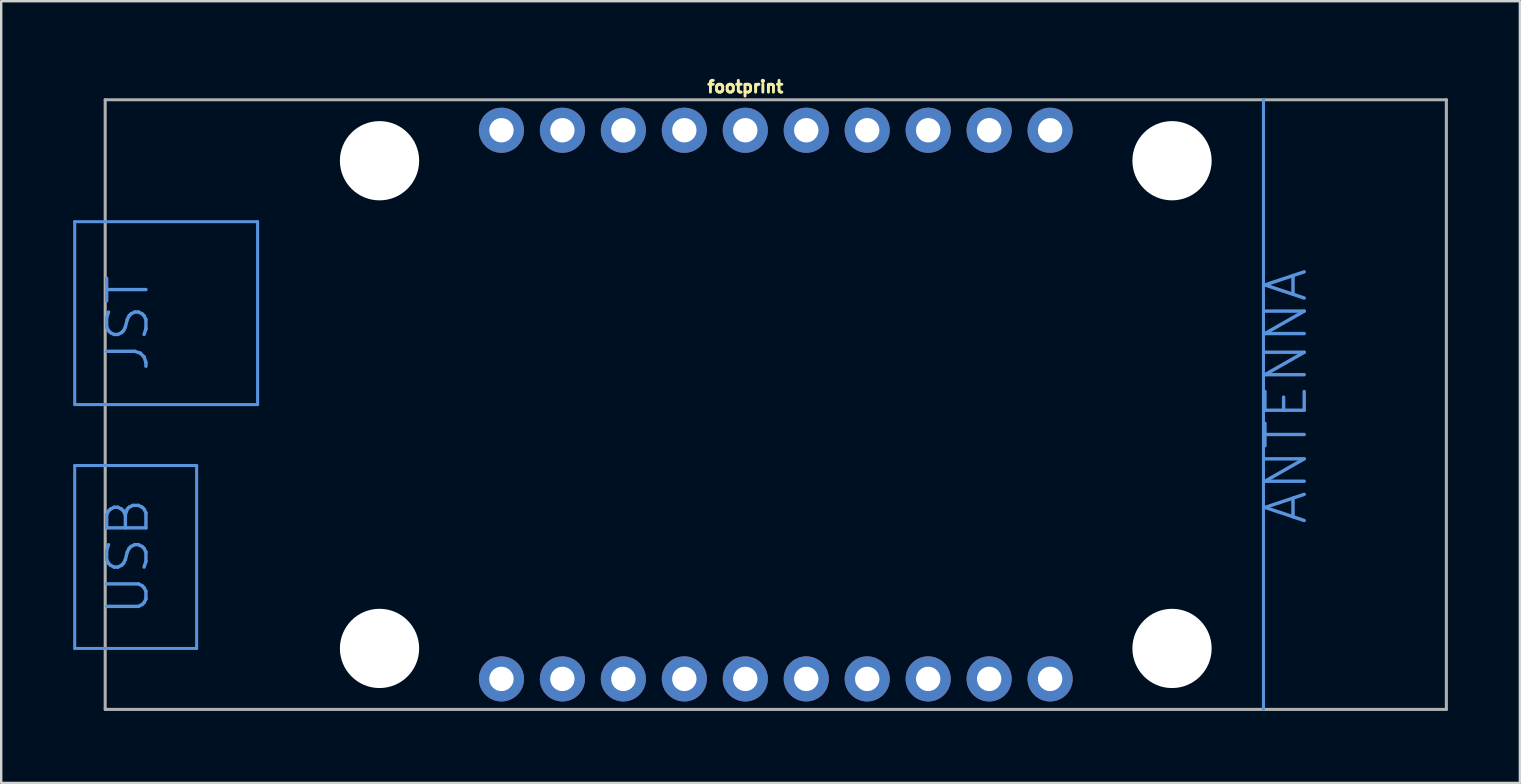
<source format=kicad_pcb>
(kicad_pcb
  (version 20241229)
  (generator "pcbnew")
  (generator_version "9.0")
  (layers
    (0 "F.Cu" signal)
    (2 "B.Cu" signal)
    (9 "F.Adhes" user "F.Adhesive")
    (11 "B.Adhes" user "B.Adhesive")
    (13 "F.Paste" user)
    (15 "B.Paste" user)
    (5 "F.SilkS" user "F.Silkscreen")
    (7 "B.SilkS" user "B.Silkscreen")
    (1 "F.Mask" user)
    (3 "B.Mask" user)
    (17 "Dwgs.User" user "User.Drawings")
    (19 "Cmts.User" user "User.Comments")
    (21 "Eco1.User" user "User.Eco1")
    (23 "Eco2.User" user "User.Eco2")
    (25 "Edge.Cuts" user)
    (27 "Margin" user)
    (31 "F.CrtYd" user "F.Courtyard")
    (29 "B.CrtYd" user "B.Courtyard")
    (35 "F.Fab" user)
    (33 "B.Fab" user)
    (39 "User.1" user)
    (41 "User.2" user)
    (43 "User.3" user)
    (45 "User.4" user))
  (footprint "footprint"
    (layer "F.Cu")
    (at 28.003 13.807)
    (property "Reference" "footprint" (at 0 -12.954 0) (layer "F.SilkS") (effects (font (size 0.488 0.488) (thickness 0.122)) (justify bottom)))
    (fp_line (start -27.94 -7.62) (end -27.94 0) (stroke (width 0.127) (type solid)) (layer "Cmts.User"))
    (fp_line (start -27.94 0) (end -26.67 0) (stroke (width 0.127) (type solid)) (layer "Cmts.User"))
    (fp_line (start -27.94 2.54) (end -27.94 10.16) (stroke (width 0.127) (type solid)) (layer "Cmts.User"))
    (fp_line (start -27.94 10.16) (end -22.86 10.16) (stroke (width 0.127) (type solid)) (layer "Cmts.User"))
    (fp_line (start -26.67 0) (end -20.32 0) (stroke (width 0.127) (type solid)) (layer "Cmts.User"))
    (fp_line (start -22.86 2.54) (end -27.94 2.54) (stroke (width 0.127) (type solid)) (layer "Cmts.User"))
    (fp_line (start -22.86 10.16) (end -22.86 2.54) (stroke (width 0.127) (type solid)) (layer "Cmts.User"))
    (fp_line (start -20.32 -7.62) (end -27.94 -7.62) (stroke (width 0.127) (type solid)) (layer "Cmts.User"))
    (fp_line (start -20.32 0) (end -20.32 -7.62) (stroke (width 0.127) (type solid)) (layer "Cmts.User"))
    (fp_line (start 21.59 -12.7) (end 21.59 12.7) (stroke (width 0.127) (type solid)) (layer "Cmts.User"))
    (fp_line (start -26.67 -12.7) (end 29.21 -12.7) (stroke (width 0.127) (type solid)) (layer "F.Fab"))
    (fp_line (start -26.67 0) (end -26.67 -12.7) (stroke (width 0.127) (type solid)) (layer "F.Fab"))
    (fp_line (start -26.67 12.7) (end -26.67 0) (stroke (width 0.127) (type solid)) (layer "F.Fab"))
    (fp_line (start 29.21 -12.7) (end 29.21 12.7) (stroke (width 0.127) (type solid)) (layer "F.Fab"))
    (fp_line (start 29.21 12.7) (end -26.67 12.7) (stroke (width 0.127) (type solid)) (layer "F.Fab"))
    (fp_text user "ANTENNA" (at 23.495 5.08 90) (layer "Cmts.User") (effects (font (size 1.636 1.636) (thickness 0.142)) (justify left bottom)))
    (fp_text user "JST" (at -24.765 -1.27 90) (layer "Cmts.User") (effects (font (size 1.636 1.636) (thickness 0.142)) (justify left bottom)))
    (fp_text user "USB" (at -24.765 8.89 90) (layer "Cmts.User") (effects (font (size 1.636 1.636) (thickness 0.142)) (justify left bottom)))
    (pad "" np_thru_hole circle (at -15.24 -10.16) (size 3.302 3.302) (drill 3.302) (layers "*.Cu" "*.Mask"))
    (pad "" np_thru_hole circle (at -15.24 10.16) (size 3.302 3.302) (drill 3.302) (layers "*.Cu" "*.Mask"))
    (pad "" np_thru_hole circle (at 17.78 -10.16) (size 3.302 3.302) (drill 3.302) (layers "*.Cu" "*.Mask"))
    (pad "" np_thru_hole circle (at 17.78 10.16) (size 3.302 3.302) (drill 3.302) (layers "*.Cu" "*.Mask"))
    (pad "0" thru_hole circle (at -2.54 -11.43) (size 1.88 1.88) (drill 1.016) (layers "*.Cu" "*.Mask"))
    (pad "2" thru_hole circle (at -5.08 11.43) (size 1.88 1.88) (drill 1.016) (layers "*.Cu" "*.Mask"))
    (pad "3.3V" thru_hole circle (at -7.62 11.43) (size 1.88 1.88) (drill 1.016) (layers "*.Cu" "*.Mask"))
    (pad "4" thru_hole circle (at 0 -11.43) (size 1.88 1.88) (drill 1.016) (layers "*.Cu" "*.Mask"))
    (pad "5" thru_hole circle (at -5.08 -11.43) (size 1.88 1.88) (drill 1.016) (layers "*.Cu" "*.Mask"))
    (pad "5V" thru_hole circle (at 7.62 11.43) (size 1.88 1.88) (drill 1.016) (layers "*.Cu" "*.Mask"))
    (pad "12" thru_hole circle (at 5.08 -11.43) (size 1.88 1.88) (drill 1.016) (layers "*.Cu" "*.Mask"))
    (pad "13" thru_hole circle (at 2.54 -11.43) (size 1.88 1.88) (drill 1.016) (layers "*.Cu" "*.Mask"))
    (pad "14" thru_hole circle (at -2.54 11.43) (size 1.88 1.88) (drill 1.016) (layers "*.Cu" "*.Mask"))
    (pad "15" thru_hole circle (at 12.7 -11.43) (size 1.88 1.88) (drill 1.016) (layers "*.Cu" "*.Mask"))
    (pad "16" thru_hole circle (at 7.62 -11.43) (size 1.88 1.88) (drill 1.016) (layers "*.Cu" "*.Mask"))
    (pad "ADC" thru_hole circle (at 10.16 -11.43) (size 1.88 1.88) (drill 1.016) (layers "*.Cu" "*.Mask"))
    (pad "GND@1" thru_hole circle (at -10.16 11.43) (size 1.88 1.88) (drill 1.016) (layers "*.Cu" "*.Mask"))
    (pad "GND@2" thru_hole circle (at 12.7 11.43) (size 1.88 1.88) (drill 1.016) (layers "*.Cu" "*.Mask"))
    (pad "GND@3" thru_hole circle (at -10.16 -11.43) (size 1.88 1.88) (drill 1.016) (layers "*.Cu" "*.Mask"))
    (pad "NC" thru_hole circle (at 10.16 11.43) (size 1.88 1.88) (drill 1.016) (layers "*.Cu" "*.Mask"))
    (pad "RST" thru_hole circle (at 0 11.43) (size 1.88 1.88) (drill 1.016) (layers "*.Cu" "*.Mask"))
    (pad "RX" thru_hole circle (at 5.08 11.43) (size 1.88 1.88) (drill 1.016) (layers "*.Cu" "*.Mask"))
    (pad "TX" thru_hole circle (at 2.54 11.43) (size 1.88 1.88) (drill 1.016) (layers "*.Cu" "*.Mask"))
    (pad "VIN" thru_hole circle (at -7.62 -11.43) (size 1.88 1.88) (drill 1.016) (layers "*.Cu" "*.Mask"))
    (zone (net_name "") (layer "F.Cu") (hatch edge 0.508) (connect_pads) (min_thickness 0.254) (filled_areas_thickness no) (keepout (tracks not_allowed) (vias not_allowed) (pads not_allowed) (copperpour not_allowed) (footprints allowed)) (placement (enabled no)) (fill) (polygon (pts (xy 49.593 1.107) (xy 49.593 26.507) (xy 57.214 26.507) (xy 57.214 1.107))))
    (zone (net_name "") (layer "B.Cu") (hatch edge 0.508) (connect_pads) (min_thickness 0.254) (filled_areas_thickness no) (keepout (tracks not_allowed) (vias not_allowed) (pads not_allowed) (copperpour not_allowed) (footprints allowed)) (placement (enabled no)) (fill) (polygon (pts (xy 49.593 1.107) (xy 49.593 26.507) (xy 57.214 26.507) (xy 57.214 1.107)))))
  (gr_rect
    (start -3 -3)
    (end 60.277 29.571)
    (stroke (width 0.1) (type default))
    (fill no)
    (layer "Edge.Cuts")))
</source>
